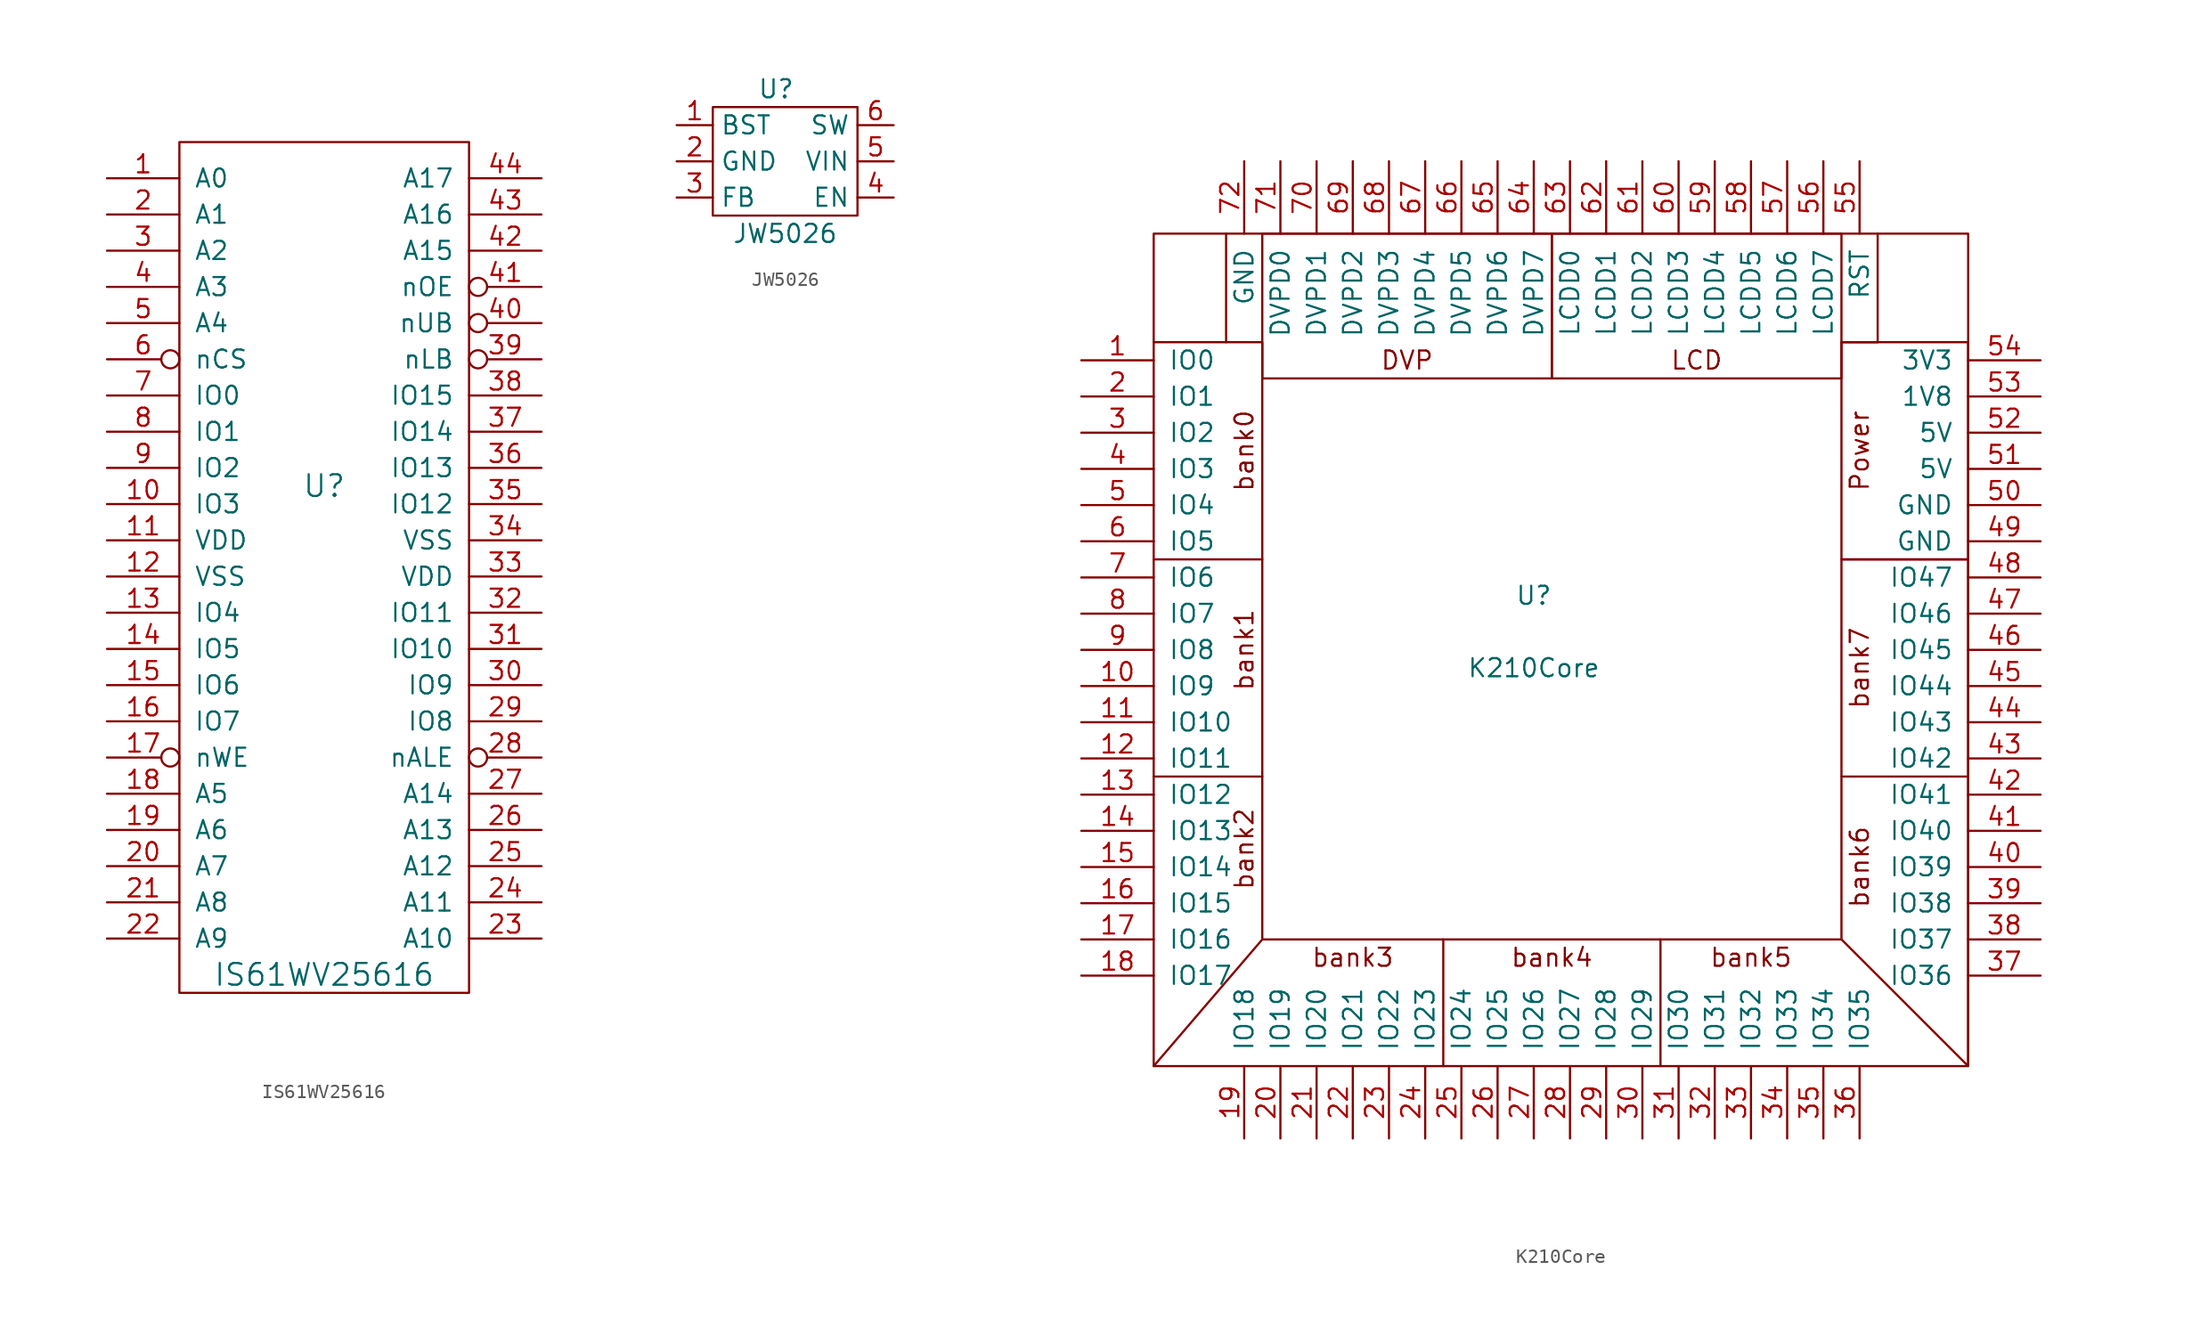
<source format=kicad_sym>
(kicad_symbol_lib
  (version 20220914)
  (generator kicad_symbol_editor)
  (symbol "IS61WV25616"
    (pin_names
      (offset 1.016))
    (property "Reference" "U"
      (at -1.27 5.08 0)
      (effects (font (size 1.524 1.524))))
    (property "Value" "IS61WV25616"
      (at -1.27 -29.21 0)
      (effects (font (size 1.524 1.524))))
    (symbol "IS61WV25616_0_1"
      (rectangle (start -11.43 29.21) (end 8.89 -30.48) (stroke (width 0) (type default)) (fill (type none))))
    (symbol "IS61WV25616_1_1"
      (pin input line (at -16.51 26.67 0) (length 5.08) (name "A0" (effects (font (size 1.27 1.27)))) (number "1" (effects (font (size 1.27 1.27)))))
      (pin input line (at -16.51 3.81 0) (length 5.08) (name "IO3" (effects (font (size 1.27 1.27)))) (number "10" (effects (font (size 1.27 1.27)))))
      (pin power_in line (at -16.51 1.27 0) (length 5.08) (name "VDD" (effects (font (size 1.27 1.27)))) (number "11" (effects (font (size 1.27 1.27)))))
      (pin power_in line (at -16.51 -1.27 0) (length 5.08) (name "VSS" (effects (font (size 1.27 1.27)))) (number "12" (effects (font (size 1.27 1.27)))))
      (pin input line (at -16.51 -3.81 0) (length 5.08) (name "IO4" (effects (font (size 1.27 1.27)))) (number "13" (effects (font (size 1.27 1.27)))))
      (pin input line (at -16.51 -6.35 0) (length 5.08) (name "IO5" (effects (font (size 1.27 1.27)))) (number "14" (effects (font (size 1.27 1.27)))))
      (pin input line (at -16.51 -8.89 0) (length 5.08) (name "IO6" (effects (font (size 1.27 1.27)))) (number "15" (effects (font (size 1.27 1.27)))))
      (pin input line (at -16.51 -11.43 0) (length 5.08) (name "IO7" (effects (font (size 1.27 1.27)))) (number "16" (effects (font (size 1.27 1.27)))))
      (pin input inverted (at -16.51 -13.97 0) (length 5.08) (name "nWE" (effects (font (size 1.27 1.27)))) (number "17" (effects (font (size 1.27 1.27)))))
      (pin input line (at -16.51 -16.51 0) (length 5.08) (name "A5" (effects (font (size 1.27 1.27)))) (number "18" (effects (font (size 1.27 1.27)))))
      (pin input line (at -16.51 -19.05 0) (length 5.08) (name "A6" (effects (font (size 1.27 1.27)))) (number "19" (effects (font (size 1.27 1.27)))))
      (pin input line (at -16.51 24.13 0) (length 5.08) (name "A1" (effects (font (size 1.27 1.27)))) (number "2" (effects (font (size 1.27 1.27)))))
      (pin input line (at -16.51 -21.59 0) (length 5.08) (name "A7" (effects (font (size 1.27 1.27)))) (number "20" (effects (font (size 1.27 1.27)))))
      (pin input line (at -16.51 -24.13 0) (length 5.08) (name "A8" (effects (font (size 1.27 1.27)))) (number "21" (effects (font (size 1.27 1.27)))))
      (pin input line (at -16.51 -26.67 0) (length 5.08) (name "A9" (effects (font (size 1.27 1.27)))) (number "22" (effects (font (size 1.27 1.27)))))
      (pin input line (at 13.97 -26.67 180) (length 5.08) (name "A10" (effects (font (size 1.27 1.27)))) (number "23" (effects (font (size 1.27 1.27)))))
      (pin input line (at 13.97 -24.13 180) (length 5.08) (name "A11" (effects (font (size 1.27 1.27)))) (number "24" (effects (font (size 1.27 1.27)))))
      (pin input line (at 13.97 -21.59 180) (length 5.08) (name "A12" (effects (font (size 1.27 1.27)))) (number "25" (effects (font (size 1.27 1.27)))))
      (pin input line (at 13.97 -19.05 180) (length 5.08) (name "A13" (effects (font (size 1.27 1.27)))) (number "26" (effects (font (size 1.27 1.27)))))
      (pin input line (at 13.97 -16.51 180) (length 5.08) (name "A14" (effects (font (size 1.27 1.27)))) (number "27" (effects (font (size 1.27 1.27)))))
      (pin input inverted (at 13.97 -13.97 180) (length 5.08) (name "nALE" (effects (font (size 1.27 1.27)))) (number "28" (effects (font (size 1.27 1.27)))))
      (pin input line (at 13.97 -11.43 180) (length 5.08) (name "IO8" (effects (font (size 1.27 1.27)))) (number "29" (effects (font (size 1.27 1.27)))))
      (pin input line (at -16.51 21.59 0) (length 5.08) (name "A2" (effects (font (size 1.27 1.27)))) (number "3" (effects (font (size 1.27 1.27)))))
      (pin input line (at 13.97 -8.89 180) (length 5.08) (name "IO9" (effects (font (size 1.27 1.27)))) (number "30" (effects (font (size 1.27 1.27)))))
      (pin input line (at 13.97 -6.35 180) (length 5.08) (name "IO10" (effects (font (size 1.27 1.27)))) (number "31" (effects (font (size 1.27 1.27)))))
      (pin input line (at 13.97 -3.81 180) (length 5.08) (name "IO11" (effects (font (size 1.27 1.27)))) (number "32" (effects (font (size 1.27 1.27)))))
      (pin power_in line (at 13.97 -1.27 180) (length 5.08) (name "VDD" (effects (font (size 1.27 1.27)))) (number "33" (effects (font (size 1.27 1.27)))))
      (pin power_in line (at 13.97 1.27 180) (length 5.08) (name "VSS" (effects (font (size 1.27 1.27)))) (number "34" (effects (font (size 1.27 1.27)))))
      (pin input line (at 13.97 3.81 180) (length 5.08) (name "IO12" (effects (font (size 1.27 1.27)))) (number "35" (effects (font (size 1.27 1.27)))))
      (pin input line (at 13.97 6.35 180) (length 5.08) (name "IO13" (effects (font (size 1.27 1.27)))) (number "36" (effects (font (size 1.27 1.27)))))
      (pin input line (at 13.97 8.89 180) (length 5.08) (name "IO14" (effects (font (size 1.27 1.27)))) (number "37" (effects (font (size 1.27 1.27)))))
      (pin input line (at 13.97 11.43 180) (length 5.08) (name "IO15" (effects (font (size 1.27 1.27)))) (number "38" (effects (font (size 1.27 1.27)))))
      (pin input inverted (at 13.97 13.97 180) (length 5.08) (name "nLB" (effects (font (size 1.27 1.27)))) (number "39" (effects (font (size 1.27 1.27)))))
      (pin input line (at -16.51 19.05 0) (length 5.08) (name "A3" (effects (font (size 1.27 1.27)))) (number "4" (effects (font (size 1.27 1.27)))))
      (pin input inverted (at 13.97 16.51 180) (length 5.08) (name "nUB" (effects (font (size 1.27 1.27)))) (number "40" (effects (font (size 1.27 1.27)))))
      (pin input inverted (at 13.97 19.05 180) (length 5.08) (name "nOE" (effects (font (size 1.27 1.27)))) (number "41" (effects (font (size 1.27 1.27)))))
      (pin input line (at 13.97 21.59 180) (length 5.08) (name "A15" (effects (font (size 1.27 1.27)))) (number "42" (effects (font (size 1.27 1.27)))))
      (pin input line (at 13.97 24.13 180) (length 5.08) (name "A16" (effects (font (size 1.27 1.27)))) (number "43" (effects (font (size 1.27 1.27)))))
      (pin input line (at 13.97 26.67 180) (length 5.08) (name "A17" (effects (font (size 1.27 1.27)))) (number "44" (effects (font (size 1.27 1.27)))))
      (pin input line (at -16.51 16.51 0) (length 5.08) (name "A4" (effects (font (size 1.27 1.27)))) (number "5" (effects (font (size 1.27 1.27)))))
      (pin input inverted (at -16.51 13.97 0) (length 5.08) (name "nCS" (effects (font (size 1.27 1.27)))) (number "6" (effects (font (size 1.27 1.27)))))
      (pin input line (at -16.51 11.43 0) (length 5.08) (name "IO0" (effects (font (size 1.27 1.27)))) (number "7" (effects (font (size 1.27 1.27)))))
      (pin input line (at -16.51 8.89 0) (length 5.08) (name "IO1" (effects (font (size 1.27 1.27)))) (number "8" (effects (font (size 1.27 1.27)))))
      (pin input line (at -16.51 6.35 0) (length 5.08) (name "IO2" (effects (font (size 1.27 1.27)))) (number "9" (effects (font (size 1.27 1.27)))))))
  (symbol "JW5026"
    (property "Reference" "U"
      (at -0.635 5.08 0)
      (effects (font (size 1.27 1.27))))
    (property "Value" "JW5026"
      (at 0 -5.08 0)
      (effects (font (size 1.27 1.27))))
    (symbol "JW5026_0_1"
      (rectangle (start -5.08 3.81) (end 5.08 -3.81) (stroke (width 0.152) (type default)) (fill (type none))))
    (symbol "JW5026_1_1"
      (pin input line (at -7.62 2.54 0) (length 2.54) (name "BST" (effects (font (size 1.27 1.27)))) (number "1" (effects (font (size 1.27 1.27)))))
      (pin power_in line (at -7.62 0 0) (length 2.54) (name "GND" (effects (font (size 1.27 1.27)))) (number "2" (effects (font (size 1.27 1.27)))))
      (pin input line (at -7.62 -2.54 0) (length 2.54) (name "FB" (effects (font (size 1.27 1.27)))) (number "3" (effects (font (size 1.27 1.27)))))
      (pin input line (at 7.62 -2.54 180) (length 2.54) (name "EN" (effects (font (size 1.27 1.27)))) (number "4" (effects (font (size 1.27 1.27)))))
      (pin power_in line (at 7.62 0 180) (length 2.54) (name "VIN" (effects (font (size 1.27 1.27)))) (number "5" (effects (font (size 1.27 1.27)))))
      (pin input line (at 7.62 2.54 180) (length 2.54) (name "SW" (effects (font (size 1.27 1.27)))) (number "6" (effects (font (size 1.27 1.27)))))))
  (symbol "K210Core"
    (pin_names
      (offset 1.016))
    (property "Reference" "U"
      (at 1.27 -1.27 0)
      (effects (font (size 1.27 1.27))))
    (property "Value" "K210Core"
      (at 1.27 -6.35 0)
      (effects (font (size 1.27 1.27))))
    (symbol "K210Core_0_0"
      (text "bank0" (at -19.05 8.89 900) (effects (font (size 1.27 1.27))))
      (text "bank1" (at -19.05 -5.08 900) (effects (font (size 1.27 1.27))))
      (text "bank2" (at -19.05 -19.05 900) (effects (font (size 1.27 1.27))))
      (text "bank3" (at -11.43 -26.67 0) (effects (font (size 1.27 1.27))))
      (text "bank4" (at 2.54 -26.67 0) (effects (font (size 1.27 1.27))))
      (text "bank5" (at 16.51 -26.67 0) (effects (font (size 1.27 1.27))))
      (text "bank6" (at 24.13 -20.32 900) (effects (font (size 1.27 1.27))))
      (text "bank7" (at 24.13 -6.35 900) (effects (font (size 1.27 1.27))))
      (text "DVP" (at -7.62 15.24 0) (effects (font (size 1.27 1.27))))
      (text "LCD" (at 12.7 15.24 0) (effects (font (size 1.27 1.27))))
      (text "Power" (at 24.13 8.89 900) (effects (font (size 1.27 1.27)))))
    (symbol "K210Core_0_1"
      (rectangle (start -25.4 24.13) (end 31.75 -34.29) (stroke (width 0) (type default)) (fill (type none)))
      (rectangle (start -17.78 24.13) (end 2.54 13.97) (stroke (width 0) (type default)) (fill (type none)))
      (polyline (pts (xy -20.32 24.13) (xy -20.32 16.51)) (stroke (width 0) (type default)) (fill (type none)))
      (polyline (pts (xy -17.78 -25.4) (xy -17.78 -13.97) (xy -25.4 -13.97)) (stroke (width 0) (type default)) (fill (type none)))
      (polyline (pts (xy -17.78 -13.97) (xy -17.78 1.27) (xy -25.4 1.27)) (stroke (width 0) (type default)) (fill (type none)))
      (polyline (pts (xy -17.78 1.27) (xy -17.78 16.51) (xy -25.4 16.51)) (stroke (width 0) (type default)) (fill (type none)))
      (polyline (pts (xy -5.08 -25.4) (xy -17.78 -25.4) (xy -25.4 -34.29)) (stroke (width 0) (type default)) (fill (type none)))
      (polyline (pts (xy 10.16 -25.4) (xy -5.08 -25.4) (xy -5.08 -34.29)) (stroke (width 0) (type default)) (fill (type none)))
      (polyline (pts (xy 22.86 -25.4) (xy 10.16 -25.4) (xy 10.16 -34.29)) (stroke (width 0) (type default)) (fill (type none)))
      (polyline (pts (xy 22.86 16.51) (xy 25.4 16.51) (xy 25.4 24.13)) (stroke (width 0) (type default)) (fill (type none)))
      (polyline (pts (xy 22.86 -13.97) (xy 22.86 -25.4) (xy 31.75 -34.29) (xy 31.75 -13.97)) (stroke (width 0) (type default)) (fill (type none)))
      (rectangle (start 2.54 13.97) (end 22.86 24.13) (stroke (width 0) (type default)) (fill (type none)))
      (rectangle (start 22.86 1.27) (end 31.75 -13.97) (stroke (width 0) (type default)) (fill (type none)))
      (rectangle (start 22.86 16.51) (end 31.75 1.27) (stroke (width 0) (type default)) (fill (type none))))
    (symbol "K210Core_1_1"
      (pin input line (at -30.48 15.24 0) (length 5.08) (name "IO0" (effects (font (size 1.27 1.27)))) (number "1" (effects (font (size 1.27 1.27)))))
      (pin input line (at -30.48 -7.62 0) (length 5.08) (name "IO9" (effects (font (size 1.27 1.27)))) (number "10" (effects (font (size 1.27 1.27)))))
      (pin input line (at -30.48 -10.16 0) (length 5.08) (name "IO10" (effects (font (size 1.27 1.27)))) (number "11" (effects (font (size 1.27 1.27)))))
      (pin input line (at -30.48 -12.7 0) (length 5.08) (name "IO11" (effects (font (size 1.27 1.27)))) (number "12" (effects (font (size 1.27 1.27)))))
      (pin input line (at -30.48 -15.24 0) (length 5.08) (name "IO12" (effects (font (size 1.27 1.27)))) (number "13" (effects (font (size 1.27 1.27)))))
      (pin input line (at -30.48 -17.78 0) (length 5.08) (name "IO13" (effects (font (size 1.27 1.27)))) (number "14" (effects (font (size 1.27 1.27)))))
      (pin input line (at -30.48 -20.32 0) (length 5.08) (name "IO14" (effects (font (size 1.27 1.27)))) (number "15" (effects (font (size 1.27 1.27)))))
      (pin input line (at -30.48 -22.86 0) (length 5.08) (name "IO15" (effects (font (size 1.27 1.27)))) (number "16" (effects (font (size 1.27 1.27)))))
      (pin input line (at -30.48 -25.4 0) (length 5.08) (name "IO16" (effects (font (size 1.27 1.27)))) (number "17" (effects (font (size 1.27 1.27)))))
      (pin input line (at -30.48 -27.94 0) (length 5.08) (name "IO17" (effects (font (size 1.27 1.27)))) (number "18" (effects (font (size 1.27 1.27)))))
      (pin input line (at -19.05 -39.37 90) (length 5.08) (name "IO18" (effects (font (size 1.27 1.27)))) (number "19" (effects (font (size 1.27 1.27)))))
      (pin input line (at -30.48 12.7 0) (length 5.08) (name "IO1" (effects (font (size 1.27 1.27)))) (number "2" (effects (font (size 1.27 1.27)))))
      (pin input line (at -16.51 -39.37 90) (length 5.08) (name "IO19" (effects (font (size 1.27 1.27)))) (number "20" (effects (font (size 1.27 1.27)))))
      (pin input line (at -13.97 -39.37 90) (length 5.08) (name "IO20" (effects (font (size 1.27 1.27)))) (number "21" (effects (font (size 1.27 1.27)))))
      (pin input line (at -11.43 -39.37 90) (length 5.08) (name "IO21" (effects (font (size 1.27 1.27)))) (number "22" (effects (font (size 1.27 1.27)))))
      (pin input line (at -8.89 -39.37 90) (length 5.08) (name "IO22" (effects (font (size 1.27 1.27)))) (number "23" (effects (font (size 1.27 1.27)))))
      (pin input line (at -6.35 -39.37 90) (length 5.08) (name "IO23" (effects (font (size 1.27 1.27)))) (number "24" (effects (font (size 1.27 1.27)))))
      (pin input line (at -3.81 -39.37 90) (length 5.08) (name "IO24" (effects (font (size 1.27 1.27)))) (number "25" (effects (font (size 1.27 1.27)))))
      (pin input line (at -1.27 -39.37 90) (length 5.08) (name "IO25" (effects (font (size 1.27 1.27)))) (number "26" (effects (font (size 1.27 1.27)))))
      (pin input line (at 1.27 -39.37 90) (length 5.08) (name "IO26" (effects (font (size 1.27 1.27)))) (number "27" (effects (font (size 1.27 1.27)))))
      (pin input line (at 3.81 -39.37 90) (length 5.08) (name "IO27" (effects (font (size 1.27 1.27)))) (number "28" (effects (font (size 1.27 1.27)))))
      (pin input line (at 6.35 -39.37 90) (length 5.08) (name "IO28" (effects (font (size 1.27 1.27)))) (number "29" (effects (font (size 1.27 1.27)))))
      (pin input line (at -30.48 10.16 0) (length 5.08) (name "IO2" (effects (font (size 1.27 1.27)))) (number "3" (effects (font (size 1.27 1.27)))))
      (pin input line (at 8.89 -39.37 90) (length 5.08) (name "IO29" (effects (font (size 1.27 1.27)))) (number "30" (effects (font (size 1.27 1.27)))))
      (pin input line (at 11.43 -39.37 90) (length 5.08) (name "IO30" (effects (font (size 1.27 1.27)))) (number "31" (effects (font (size 1.27 1.27)))))
      (pin input line (at 13.97 -39.37 90) (length 5.08) (name "IO31" (effects (font (size 1.27 1.27)))) (number "32" (effects (font (size 1.27 1.27)))))
      (pin input line (at 16.51 -39.37 90) (length 5.08) (name "IO32" (effects (font (size 1.27 1.27)))) (number "33" (effects (font (size 1.27 1.27)))))
      (pin input line (at 19.05 -39.37 90) (length 5.08) (name "IO33" (effects (font (size 1.27 1.27)))) (number "34" (effects (font (size 1.27 1.27)))))
      (pin input line (at 21.59 -39.37 90) (length 5.08) (name "IO34" (effects (font (size 1.27 1.27)))) (number "35" (effects (font (size 1.27 1.27)))))
      (pin input line (at 24.13 -39.37 90) (length 5.08) (name "IO35" (effects (font (size 1.27 1.27)))) (number "36" (effects (font (size 1.27 1.27)))))
      (pin input line (at 36.83 -27.94 180) (length 5.08) (name "IO36" (effects (font (size 1.27 1.27)))) (number "37" (effects (font (size 1.27 1.27)))))
      (pin input line (at 36.83 -25.4 180) (length 5.08) (name "IO37" (effects (font (size 1.27 1.27)))) (number "38" (effects (font (size 1.27 1.27)))))
      (pin input line (at 36.83 -22.86 180) (length 5.08) (name "IO38" (effects (font (size 1.27 1.27)))) (number "39" (effects (font (size 1.27 1.27)))))
      (pin input line (at -30.48 7.62 0) (length 5.08) (name "IO3" (effects (font (size 1.27 1.27)))) (number "4" (effects (font (size 1.27 1.27)))))
      (pin input line (at 36.83 -20.32 180) (length 5.08) (name "IO39" (effects (font (size 1.27 1.27)))) (number "40" (effects (font (size 1.27 1.27)))))
      (pin input line (at 36.83 -17.78 180) (length 5.08) (name "IO40" (effects (font (size 1.27 1.27)))) (number "41" (effects (font (size 1.27 1.27)))))
      (pin input line (at 36.83 -15.24 180) (length 5.08) (name "IO41" (effects (font (size 1.27 1.27)))) (number "42" (effects (font (size 1.27 1.27)))))
      (pin input line (at 36.83 -12.7 180) (length 5.08) (name "IO42" (effects (font (size 1.27 1.27)))) (number "43" (effects (font (size 1.27 1.27)))))
      (pin input line (at 36.83 -10.16 180) (length 5.08) (name "IO43" (effects (font (size 1.27 1.27)))) (number "44" (effects (font (size 1.27 1.27)))))
      (pin input line (at 36.83 -7.62 180) (length 5.08) (name "IO44" (effects (font (size 1.27 1.27)))) (number "45" (effects (font (size 1.27 1.27)))))
      (pin input line (at 36.83 -5.08 180) (length 5.08) (name "IO45" (effects (font (size 1.27 1.27)))) (number "46" (effects (font (size 1.27 1.27)))))
      (pin input line (at 36.83 -2.54 180) (length 5.08) (name "IO46" (effects (font (size 1.27 1.27)))) (number "47" (effects (font (size 1.27 1.27)))))
      (pin input line (at 36.83 0 180) (length 5.08) (name "IO47" (effects (font (size 1.27 1.27)))) (number "48" (effects (font (size 1.27 1.27)))))
      (pin input line (at 36.83 2.54 180) (length 5.08) (name "GND" (effects (font (size 1.27 1.27)))) (number "49" (effects (font (size 1.27 1.27)))))
      (pin input line (at -30.48 5.08 0) (length 5.08) (name "IO4" (effects (font (size 1.27 1.27)))) (number "5" (effects (font (size 1.27 1.27)))))
      (pin input line (at 36.83 5.08 180) (length 5.08) (name "GND" (effects (font (size 1.27 1.27)))) (number "50" (effects (font (size 1.27 1.27)))))
      (pin input line (at 36.83 7.62 180) (length 5.08) (name "5V" (effects (font (size 1.27 1.27)))) (number "51" (effects (font (size 1.27 1.27)))))
      (pin input line (at 36.83 10.16 180) (length 5.08) (name "5V" (effects (font (size 1.27 1.27)))) (number "52" (effects (font (size 1.27 1.27)))))
      (pin input line (at 36.83 12.7 180) (length 5.08) (name "1V8" (effects (font (size 1.27 1.27)))) (number "53" (effects (font (size 1.27 1.27)))))
      (pin input line (at 36.83 15.24 180) (length 5.08) (name "3V3" (effects (font (size 1.27 1.27)))) (number "54" (effects (font (size 1.27 1.27)))))
      (pin input line (at 24.13 29.21 270) (length 5.08) (name "RST" (effects (font (size 1.27 1.27)))) (number "55" (effects (font (size 1.27 1.27)))))
      (pin input line (at 21.59 29.21 270) (length 5.08) (name "LCDD7" (effects (font (size 1.27 1.27)))) (number "56" (effects (font (size 1.27 1.27)))))
      (pin input line (at 19.05 29.21 270) (length 5.08) (name "LCDD6" (effects (font (size 1.27 1.27)))) (number "57" (effects (font (size 1.27 1.27)))))
      (pin input line (at 16.51 29.21 270) (length 5.08) (name "LCDD5" (effects (font (size 1.27 1.27)))) (number "58" (effects (font (size 1.27 1.27)))))
      (pin input line (at 13.97 29.21 270) (length 5.08) (name "LCDD4" (effects (font (size 1.27 1.27)))) (number "59" (effects (font (size 1.27 1.27)))))
      (pin input line (at -30.48 2.54 0) (length 5.08) (name "IO5" (effects (font (size 1.27 1.27)))) (number "6" (effects (font (size 1.27 1.27)))))
      (pin input line (at 11.43 29.21 270) (length 5.08) (name "LCDD3" (effects (font (size 1.27 1.27)))) (number "60" (effects (font (size 1.27 1.27)))))
      (pin input line (at 8.89 29.21 270) (length 5.08) (name "LCDD2" (effects (font (size 1.27 1.27)))) (number "61" (effects (font (size 1.27 1.27)))))
      (pin input line (at 6.35 29.21 270) (length 5.08) (name "LCDD1" (effects (font (size 1.27 1.27)))) (number "62" (effects (font (size 1.27 1.27)))))
      (pin input line (at 3.81 29.21 270) (length 5.08) (name "LCDD0" (effects (font (size 1.27 1.27)))) (number "63" (effects (font (size 1.27 1.27)))))
      (pin input line (at 1.27 29.21 270) (length 5.08) (name "DVPD7" (effects (font (size 1.27 1.27)))) (number "64" (effects (font (size 1.27 1.27)))))
      (pin input line (at -1.27 29.21 270) (length 5.08) (name "DVPD6" (effects (font (size 1.27 1.27)))) (number "65" (effects (font (size 1.27 1.27)))))
      (pin input line (at -3.81 29.21 270) (length 5.08) (name "DVPD5" (effects (font (size 1.27 1.27)))) (number "66" (effects (font (size 1.27 1.27)))))
      (pin input line (at -6.35 29.21 270) (length 5.08) (name "DVPD4" (effects (font (size 1.27 1.27)))) (number "67" (effects (font (size 1.27 1.27)))))
      (pin input line (at -8.89 29.21 270) (length 5.08) (name "DVPD3" (effects (font (size 1.27 1.27)))) (number "68" (effects (font (size 1.27 1.27)))))
      (pin input line (at -11.43 29.21 270) (length 5.08) (name "DVPD2" (effects (font (size 1.27 1.27)))) (number "69" (effects (font (size 1.27 1.27)))))
      (pin input line (at -30.48 0 0) (length 5.08) (name "IO6" (effects (font (size 1.27 1.27)))) (number "7" (effects (font (size 1.27 1.27)))))
      (pin input line (at -13.97 29.21 270) (length 5.08) (name "DVPD1" (effects (font (size 1.27 1.27)))) (number "70" (effects (font (size 1.27 1.27)))))
      (pin input line (at -16.51 29.21 270) (length 5.08) (name "DVPD0" (effects (font (size 1.27 1.27)))) (number "71" (effects (font (size 1.27 1.27)))))
      (pin input line (at -19.05 29.21 270) (length 5.08) (name "GND" (effects (font (size 1.27 1.27)))) (number "72" (effects (font (size 1.27 1.27)))))
      (pin input line (at -30.48 -2.54 0) (length 5.08) (name "IO7" (effects (font (size 1.27 1.27)))) (number "8" (effects (font (size 1.27 1.27)))))
      (pin input line (at -30.48 -5.08 0) (length 5.08) (name "IO8" (effects (font (size 1.27 1.27)))) (number "9" (effects (font (size 1.27 1.27))))))))
</source>
